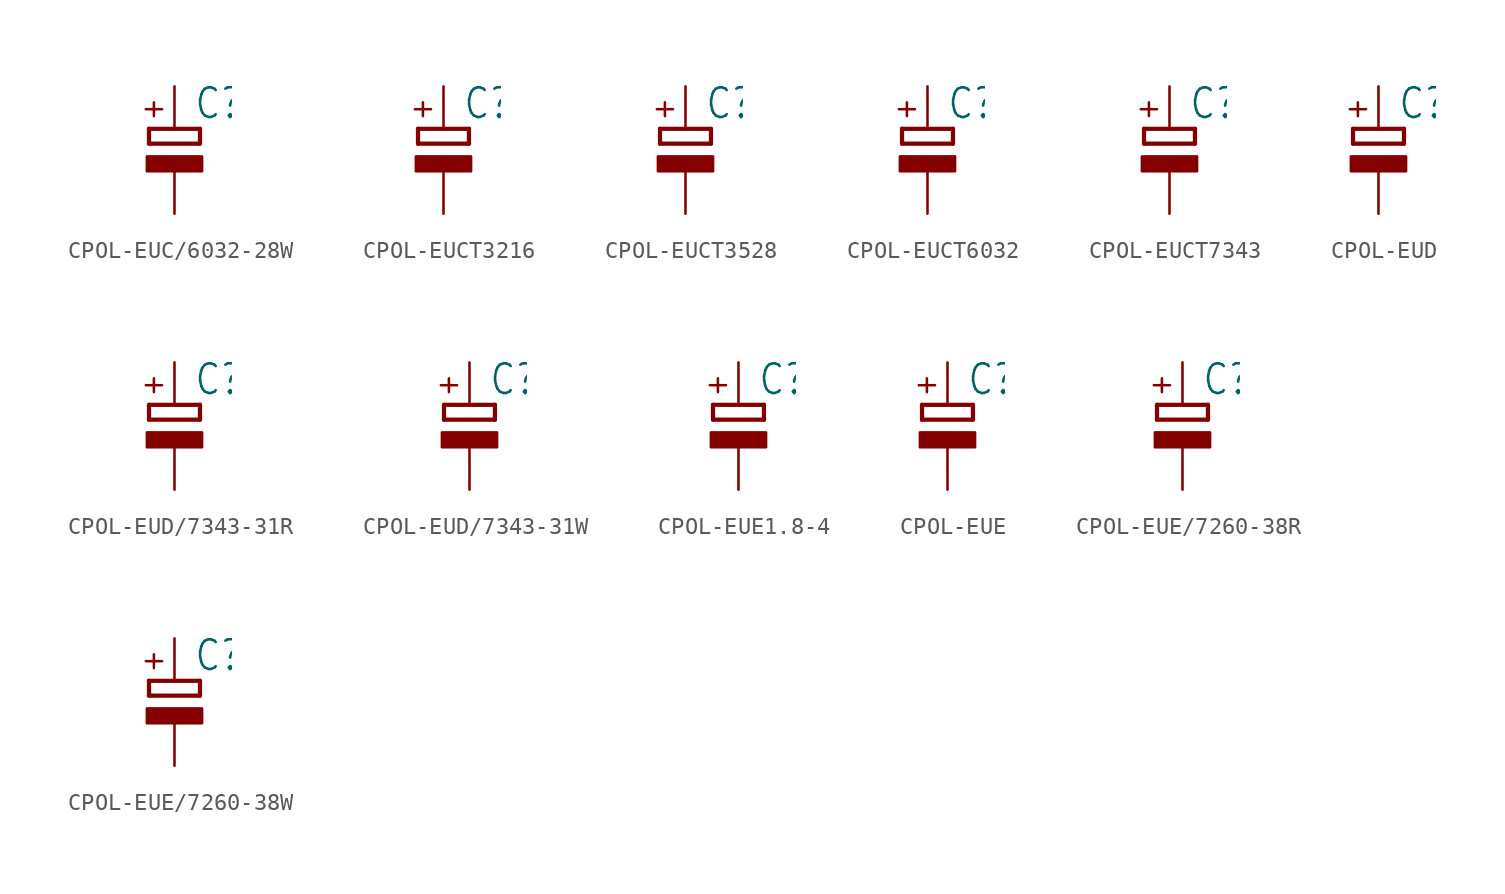
<source format=kicad_sym>
(kicad_symbol_lib
  (version 20241209)
  (generator "kicad_symbol_editor")
  (generator_version "9.0")
  (symbol "CPOL-EUC/6032-28W"
    (property "Reference" "C"
      (at 1.143 0.483 0)
      (effects (font (size 1.778 1.511)) (justify left bottom)))
    (property "Value" ""
      (at 1.143 -4.597 0)
      (effects (font (size 1.778 1.511)) (justify left bottom)))
    (property "ki_locked" ""
      (at 0 0 0)
      (effects (font (size 1.27 1.27))))
    (symbol "CPOL-EUC/6032-28W_1_0"
      (rectangle (start -1.651 -2.54) (end 1.651 -1.651) (stroke (width 0) (type default)) (fill (type outline)))
      (polyline (pts (xy -1.524 0) (xy -1.524 -0.889)) (stroke (width 0.254) (type solid)) (fill (type none)))
      (polyline (pts (xy -1.524 0) (xy 1.524 0)) (stroke (width 0.254) (type solid)) (fill (type none)))
      (polyline (pts (xy -1.524 -0.889) (xy 1.524 -0.889)) (stroke (width 0.254) (type solid)) (fill (type none)))
      (polyline (pts (xy 1.524 -0.889) (xy 1.524 0)) (stroke (width 0.254) (type solid)) (fill (type none)))
      (text "+" (at -0.584 0.406 900) (effects (font (size 1.27 1.079)) (justify left bottom)))
      (pin passive line (at 0 2.54 270) (length 2.54) (name "+" (effects (font (size 0 0)))) (number "+" (effects (font (size 0 0)))))
      (pin passive line (at 0 -5.08 90) (length 2.54) (name "-" (effects (font (size 0 0)))) (number "-" (effects (font (size 0 0)))))))
  (symbol "CPOL-EUCT3216"
    (property "Reference" "C"
      (at 1.143 0.483 0)
      (effects (font (size 1.778 1.511)) (justify left bottom)))
    (property "Value" ""
      (at 1.143 -4.597 0)
      (effects (font (size 1.778 1.511)) (justify left bottom)))
    (property "ki_locked" ""
      (at 0 0 0)
      (effects (font (size 1.27 1.27))))
    (symbol "CPOL-EUCT3216_1_0"
      (rectangle (start -1.651 -2.54) (end 1.651 -1.651) (stroke (width 0) (type default)) (fill (type outline)))
      (polyline (pts (xy -1.524 0) (xy -1.524 -0.889)) (stroke (width 0.254) (type solid)) (fill (type none)))
      (polyline (pts (xy -1.524 0) (xy 1.524 0)) (stroke (width 0.254) (type solid)) (fill (type none)))
      (polyline (pts (xy -1.524 -0.889) (xy 1.524 -0.889)) (stroke (width 0.254) (type solid)) (fill (type none)))
      (polyline (pts (xy 1.524 -0.889) (xy 1.524 0)) (stroke (width 0.254) (type solid)) (fill (type none)))
      (text "+" (at -0.584 0.406 900) (effects (font (size 1.27 1.079)) (justify left bottom)))
      (pin passive line (at 0 2.54 270) (length 2.54) (name "+" (effects (font (size 0 0)))) (number "+" (effects (font (size 0 0)))))
      (pin passive line (at 0 -5.08 90) (length 2.54) (name "-" (effects (font (size 0 0)))) (number "-" (effects (font (size 0 0)))))))
  (symbol "CPOL-EUCT3528"
    (property "Reference" "C"
      (at 1.143 0.483 0)
      (effects (font (size 1.778 1.511)) (justify left bottom)))
    (property "Value" ""
      (at 1.143 -4.597 0)
      (effects (font (size 1.778 1.511)) (justify left bottom)))
    (property "ki_locked" ""
      (at 0 0 0)
      (effects (font (size 1.27 1.27))))
    (symbol "CPOL-EUCT3528_1_0"
      (rectangle (start -1.651 -2.54) (end 1.651 -1.651) (stroke (width 0) (type default)) (fill (type outline)))
      (polyline (pts (xy -1.524 0) (xy -1.524 -0.889)) (stroke (width 0.254) (type solid)) (fill (type none)))
      (polyline (pts (xy -1.524 0) (xy 1.524 0)) (stroke (width 0.254) (type solid)) (fill (type none)))
      (polyline (pts (xy -1.524 -0.889) (xy 1.524 -0.889)) (stroke (width 0.254) (type solid)) (fill (type none)))
      (polyline (pts (xy 1.524 -0.889) (xy 1.524 0)) (stroke (width 0.254) (type solid)) (fill (type none)))
      (text "+" (at -0.584 0.406 900) (effects (font (size 1.27 1.079)) (justify left bottom)))
      (pin passive line (at 0 2.54 270) (length 2.54) (name "+" (effects (font (size 0 0)))) (number "+" (effects (font (size 0 0)))))
      (pin passive line (at 0 -5.08 90) (length 2.54) (name "-" (effects (font (size 0 0)))) (number "-" (effects (font (size 0 0)))))))
  (symbol "CPOL-EUCT6032"
    (property "Reference" "C"
      (at 1.143 0.483 0)
      (effects (font (size 1.778 1.511)) (justify left bottom)))
    (property "Value" ""
      (at 1.143 -4.597 0)
      (effects (font (size 1.778 1.511)) (justify left bottom)))
    (property "ki_locked" ""
      (at 0 0 0)
      (effects (font (size 1.27 1.27))))
    (symbol "CPOL-EUCT6032_1_0"
      (rectangle (start -1.651 -2.54) (end 1.651 -1.651) (stroke (width 0) (type default)) (fill (type outline)))
      (polyline (pts (xy -1.524 0) (xy -1.524 -0.889)) (stroke (width 0.254) (type solid)) (fill (type none)))
      (polyline (pts (xy -1.524 0) (xy 1.524 0)) (stroke (width 0.254) (type solid)) (fill (type none)))
      (polyline (pts (xy -1.524 -0.889) (xy 1.524 -0.889)) (stroke (width 0.254) (type solid)) (fill (type none)))
      (polyline (pts (xy 1.524 -0.889) (xy 1.524 0)) (stroke (width 0.254) (type solid)) (fill (type none)))
      (text "+" (at -0.584 0.406 900) (effects (font (size 1.27 1.079)) (justify left bottom)))
      (pin passive line (at 0 2.54 270) (length 2.54) (name "+" (effects (font (size 0 0)))) (number "+" (effects (font (size 0 0)))))
      (pin passive line (at 0 -5.08 90) (length 2.54) (name "-" (effects (font (size 0 0)))) (number "-" (effects (font (size 0 0)))))))
  (symbol "CPOL-EUCT7343"
    (property "Reference" "C"
      (at 1.143 0.483 0)
      (effects (font (size 1.778 1.511)) (justify left bottom)))
    (property "Value" ""
      (at 1.143 -4.597 0)
      (effects (font (size 1.778 1.511)) (justify left bottom)))
    (property "ki_locked" ""
      (at 0 0 0)
      (effects (font (size 1.27 1.27))))
    (symbol "CPOL-EUCT7343_1_0"
      (rectangle (start -1.651 -2.54) (end 1.651 -1.651) (stroke (width 0) (type default)) (fill (type outline)))
      (polyline (pts (xy -1.524 0) (xy -1.524 -0.889)) (stroke (width 0.254) (type solid)) (fill (type none)))
      (polyline (pts (xy -1.524 0) (xy 1.524 0)) (stroke (width 0.254) (type solid)) (fill (type none)))
      (polyline (pts (xy -1.524 -0.889) (xy 1.524 -0.889)) (stroke (width 0.254) (type solid)) (fill (type none)))
      (polyline (pts (xy 1.524 -0.889) (xy 1.524 0)) (stroke (width 0.254) (type solid)) (fill (type none)))
      (text "+" (at -0.584 0.406 900) (effects (font (size 1.27 1.079)) (justify left bottom)))
      (pin passive line (at 0 2.54 270) (length 2.54) (name "+" (effects (font (size 0 0)))) (number "+" (effects (font (size 0 0)))))
      (pin passive line (at 0 -5.08 90) (length 2.54) (name "-" (effects (font (size 0 0)))) (number "-" (effects (font (size 0 0)))))))
  (symbol "CPOL-EUD"
    (property "Reference" "C"
      (at 1.143 0.483 0)
      (effects (font (size 1.778 1.511)) (justify left bottom)))
    (property "Value" ""
      (at 1.143 -4.597 0)
      (effects (font (size 1.778 1.511)) (justify left bottom)))
    (property "ki_locked" ""
      (at 0 0 0)
      (effects (font (size 1.27 1.27))))
    (symbol "CPOL-EUD_1_0"
      (rectangle (start -1.651 -2.54) (end 1.651 -1.651) (stroke (width 0) (type default)) (fill (type outline)))
      (polyline (pts (xy -1.524 0) (xy -1.524 -0.889)) (stroke (width 0.254) (type solid)) (fill (type none)))
      (polyline (pts (xy -1.524 0) (xy 1.524 0)) (stroke (width 0.254) (type solid)) (fill (type none)))
      (polyline (pts (xy -1.524 -0.889) (xy 1.524 -0.889)) (stroke (width 0.254) (type solid)) (fill (type none)))
      (polyline (pts (xy 1.524 -0.889) (xy 1.524 0)) (stroke (width 0.254) (type solid)) (fill (type none)))
      (text "+" (at -0.584 0.406 900) (effects (font (size 1.27 1.079)) (justify left bottom)))
      (pin passive line (at 0 2.54 270) (length 2.54) (name "+" (effects (font (size 0 0)))) (number "+" (effects (font (size 0 0)))))
      (pin passive line (at 0 -5.08 90) (length 2.54) (name "-" (effects (font (size 0 0)))) (number "-" (effects (font (size 0 0)))))))
  (symbol "CPOL-EUD/7343-31R"
    (property "Reference" "C"
      (at 1.143 0.483 0)
      (effects (font (size 1.778 1.511)) (justify left bottom)))
    (property "Value" ""
      (at 1.143 -4.597 0)
      (effects (font (size 1.778 1.511)) (justify left bottom)))
    (property "ki_locked" ""
      (at 0 0 0)
      (effects (font (size 1.27 1.27))))
    (symbol "CPOL-EUD/7343-31R_1_0"
      (rectangle (start -1.651 -2.54) (end 1.651 -1.651) (stroke (width 0) (type default)) (fill (type outline)))
      (polyline (pts (xy -1.524 0) (xy -1.524 -0.889)) (stroke (width 0.254) (type solid)) (fill (type none)))
      (polyline (pts (xy -1.524 0) (xy 1.524 0)) (stroke (width 0.254) (type solid)) (fill (type none)))
      (polyline (pts (xy -1.524 -0.889) (xy 1.524 -0.889)) (stroke (width 0.254) (type solid)) (fill (type none)))
      (polyline (pts (xy 1.524 -0.889) (xy 1.524 0)) (stroke (width 0.254) (type solid)) (fill (type none)))
      (text "+" (at -0.584 0.406 900) (effects (font (size 1.27 1.079)) (justify left bottom)))
      (pin passive line (at 0 2.54 270) (length 2.54) (name "+" (effects (font (size 0 0)))) (number "+" (effects (font (size 0 0)))))
      (pin passive line (at 0 -5.08 90) (length 2.54) (name "-" (effects (font (size 0 0)))) (number "-" (effects (font (size 0 0)))))))
  (symbol "CPOL-EUD/7343-31W"
    (property "Reference" "C"
      (at 1.143 0.483 0)
      (effects (font (size 1.778 1.511)) (justify left bottom)))
    (property "Value" ""
      (at 1.143 -4.597 0)
      (effects (font (size 1.778 1.511)) (justify left bottom)))
    (property "ki_locked" ""
      (at 0 0 0)
      (effects (font (size 1.27 1.27))))
    (symbol "CPOL-EUD/7343-31W_1_0"
      (rectangle (start -1.651 -2.54) (end 1.651 -1.651) (stroke (width 0) (type default)) (fill (type outline)))
      (polyline (pts (xy -1.524 0) (xy -1.524 -0.889)) (stroke (width 0.254) (type solid)) (fill (type none)))
      (polyline (pts (xy -1.524 0) (xy 1.524 0)) (stroke (width 0.254) (type solid)) (fill (type none)))
      (polyline (pts (xy -1.524 -0.889) (xy 1.524 -0.889)) (stroke (width 0.254) (type solid)) (fill (type none)))
      (polyline (pts (xy 1.524 -0.889) (xy 1.524 0)) (stroke (width 0.254) (type solid)) (fill (type none)))
      (text "+" (at -0.584 0.406 900) (effects (font (size 1.27 1.079)) (justify left bottom)))
      (pin passive line (at 0 2.54 270) (length 2.54) (name "+" (effects (font (size 0 0)))) (number "+" (effects (font (size 0 0)))))
      (pin passive line (at 0 -5.08 90) (length 2.54) (name "-" (effects (font (size 0 0)))) (number "-" (effects (font (size 0 0)))))))
  (symbol "CPOL-EUE1.8-4"
    (property "Reference" "C"
      (at 1.143 0.483 0)
      (effects (font (size 1.778 1.511)) (justify left bottom)))
    (property "Value" ""
      (at 1.143 -4.597 0)
      (effects (font (size 1.778 1.511)) (justify left bottom)))
    (property "ki_locked" ""
      (at 0 0 0)
      (effects (font (size 1.27 1.27))))
    (symbol "CPOL-EUE1.8-4_1_0"
      (rectangle (start -1.651 -2.54) (end 1.651 -1.651) (stroke (width 0) (type default)) (fill (type outline)))
      (polyline (pts (xy -1.524 0) (xy -1.524 -0.889)) (stroke (width 0.254) (type solid)) (fill (type none)))
      (polyline (pts (xy -1.524 0) (xy 1.524 0)) (stroke (width 0.254) (type solid)) (fill (type none)))
      (polyline (pts (xy -1.524 -0.889) (xy 1.524 -0.889)) (stroke (width 0.254) (type solid)) (fill (type none)))
      (polyline (pts (xy 1.524 -0.889) (xy 1.524 0)) (stroke (width 0.254) (type solid)) (fill (type none)))
      (text "+" (at -0.584 0.406 900) (effects (font (size 1.27 1.079)) (justify left bottom)))
      (pin passive line (at 0 2.54 270) (length 2.54) (name "+" (effects (font (size 0 0)))) (number "+" (effects (font (size 0 0)))))
      (pin passive line (at 0 -5.08 90) (length 2.54) (name "-" (effects (font (size 0 0)))) (number "-" (effects (font (size 0 0)))))))
  (symbol "CPOL-EUE"
    (property "Reference" "C"
      (at 1.143 0.483 0)
      (effects (font (size 1.778 1.511)) (justify left bottom)))
    (property "Value" ""
      (at 1.143 -4.597 0)
      (effects (font (size 1.778 1.511)) (justify left bottom)))
    (property "ki_locked" ""
      (at 0 0 0)
      (effects (font (size 1.27 1.27))))
    (symbol "CPOL-EUE_1_0"
      (rectangle (start -1.651 -2.54) (end 1.651 -1.651) (stroke (width 0) (type default)) (fill (type outline)))
      (polyline (pts (xy -1.524 0) (xy -1.524 -0.889)) (stroke (width 0.254) (type solid)) (fill (type none)))
      (polyline (pts (xy -1.524 0) (xy 1.524 0)) (stroke (width 0.254) (type solid)) (fill (type none)))
      (polyline (pts (xy -1.524 -0.889) (xy 1.524 -0.889)) (stroke (width 0.254) (type solid)) (fill (type none)))
      (polyline (pts (xy 1.524 -0.889) (xy 1.524 0)) (stroke (width 0.254) (type solid)) (fill (type none)))
      (text "+" (at -0.584 0.406 900) (effects (font (size 1.27 1.079)) (justify left bottom)))
      (pin passive line (at 0 2.54 270) (length 2.54) (name "+" (effects (font (size 0 0)))) (number "+" (effects (font (size 0 0)))))
      (pin passive line (at 0 -5.08 90) (length 2.54) (name "-" (effects (font (size 0 0)))) (number "-" (effects (font (size 0 0)))))))
  (symbol "CPOL-EUE/7260-38R"
    (property "Reference" "C"
      (at 1.143 0.483 0)
      (effects (font (size 1.778 1.511)) (justify left bottom)))
    (property "Value" ""
      (at 1.143 -4.597 0)
      (effects (font (size 1.778 1.511)) (justify left bottom)))
    (property "ki_locked" ""
      (at 0 0 0)
      (effects (font (size 1.27 1.27))))
    (symbol "CPOL-EUE/7260-38R_1_0"
      (rectangle (start -1.651 -2.54) (end 1.651 -1.651) (stroke (width 0) (type default)) (fill (type outline)))
      (polyline (pts (xy -1.524 0) (xy -1.524 -0.889)) (stroke (width 0.254) (type solid)) (fill (type none)))
      (polyline (pts (xy -1.524 0) (xy 1.524 0)) (stroke (width 0.254) (type solid)) (fill (type none)))
      (polyline (pts (xy -1.524 -0.889) (xy 1.524 -0.889)) (stroke (width 0.254) (type solid)) (fill (type none)))
      (polyline (pts (xy 1.524 -0.889) (xy 1.524 0)) (stroke (width 0.254) (type solid)) (fill (type none)))
      (text "+" (at -0.584 0.406 900) (effects (font (size 1.27 1.079)) (justify left bottom)))
      (pin passive line (at 0 2.54 270) (length 2.54) (name "+" (effects (font (size 0 0)))) (number "+" (effects (font (size 0 0)))))
      (pin passive line (at 0 -5.08 90) (length 2.54) (name "-" (effects (font (size 0 0)))) (number "-" (effects (font (size 0 0)))))))
  (symbol "CPOL-EUE/7260-38W"
    (property "Reference" "C"
      (at 1.143 0.483 0)
      (effects (font (size 1.778 1.511)) (justify left bottom)))
    (property "Value" ""
      (at 1.143 -4.597 0)
      (effects (font (size 1.778 1.511)) (justify left bottom)))
    (property "ki_locked" ""
      (at 0 0 0)
      (effects (font (size 1.27 1.27))))
    (symbol "CPOL-EUE/7260-38W_1_0"
      (rectangle (start -1.651 -2.54) (end 1.651 -1.651) (stroke (width 0) (type default)) (fill (type outline)))
      (polyline (pts (xy -1.524 0) (xy -1.524 -0.889)) (stroke (width 0.254) (type solid)) (fill (type none)))
      (polyline (pts (xy -1.524 0) (xy 1.524 0)) (stroke (width 0.254) (type solid)) (fill (type none)))
      (polyline (pts (xy -1.524 -0.889) (xy 1.524 -0.889)) (stroke (width 0.254) (type solid)) (fill (type none)))
      (polyline (pts (xy 1.524 -0.889) (xy 1.524 0)) (stroke (width 0.254) (type solid)) (fill (type none)))
      (text "+" (at -0.584 0.406 900) (effects (font (size 1.27 1.079)) (justify left bottom)))
      (pin passive line (at 0 2.54 270) (length 2.54) (name "+" (effects (font (size 0 0)))) (number "+" (effects (font (size 0 0)))))
      (pin passive line (at 0 -5.08 90) (length 2.54) (name "-" (effects (font (size 0 0)))) (number "-" (effects (font (size 0 0))))))))
</source>
